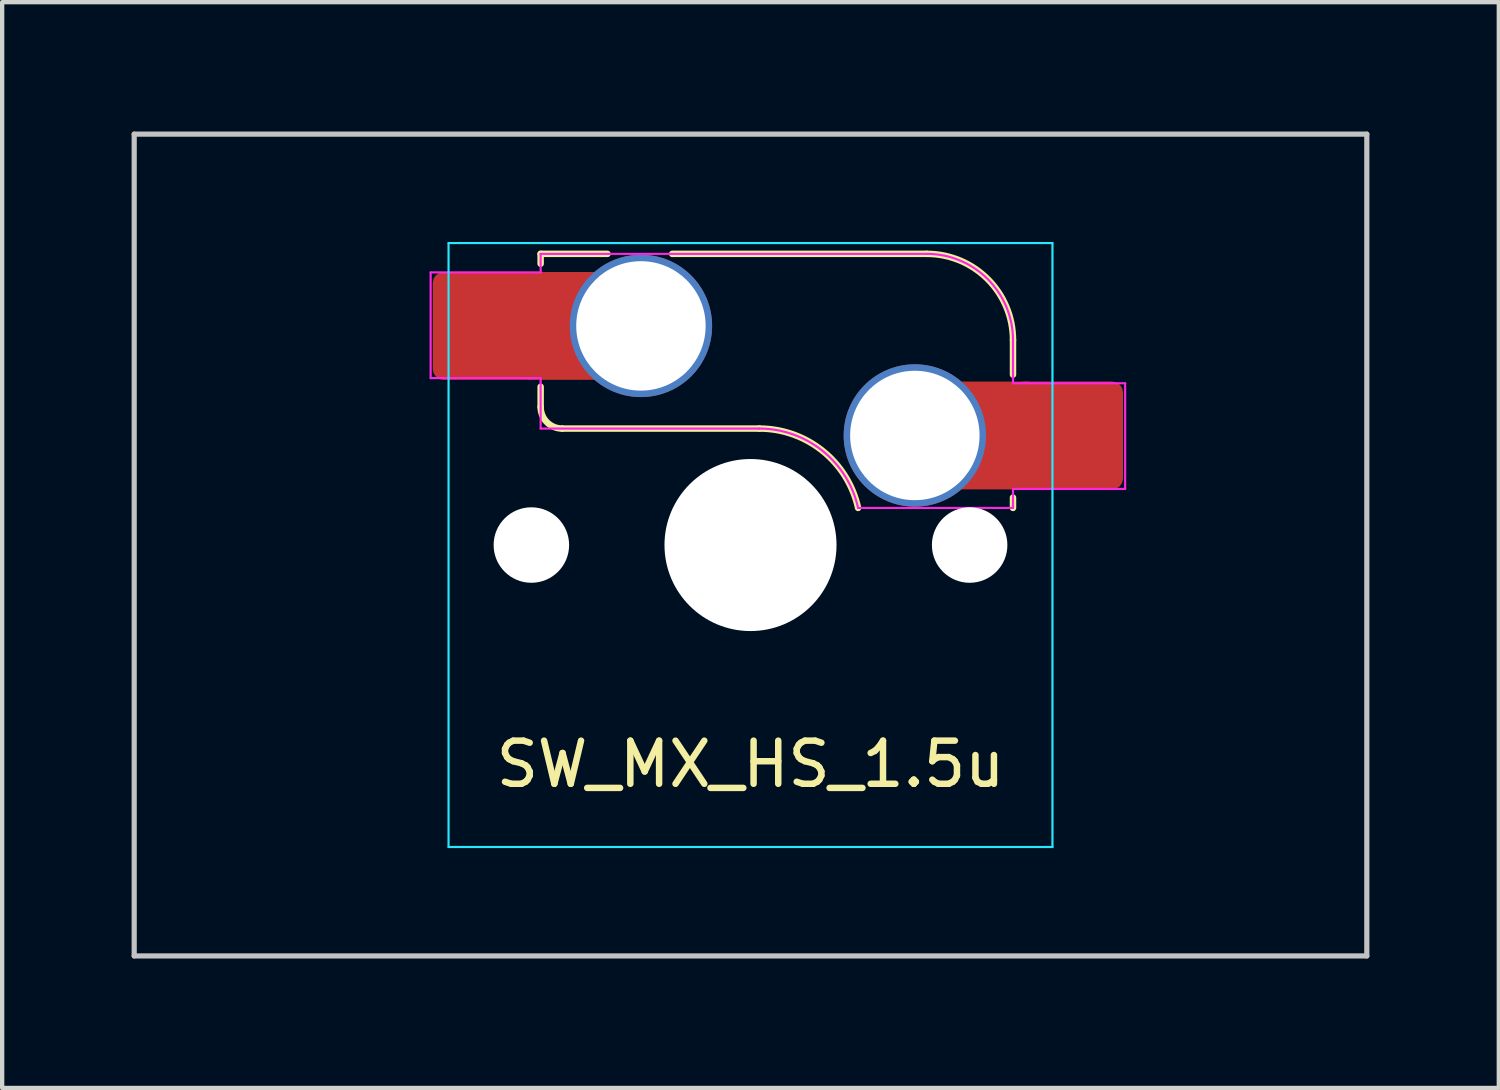
<source format=kicad_pcb>
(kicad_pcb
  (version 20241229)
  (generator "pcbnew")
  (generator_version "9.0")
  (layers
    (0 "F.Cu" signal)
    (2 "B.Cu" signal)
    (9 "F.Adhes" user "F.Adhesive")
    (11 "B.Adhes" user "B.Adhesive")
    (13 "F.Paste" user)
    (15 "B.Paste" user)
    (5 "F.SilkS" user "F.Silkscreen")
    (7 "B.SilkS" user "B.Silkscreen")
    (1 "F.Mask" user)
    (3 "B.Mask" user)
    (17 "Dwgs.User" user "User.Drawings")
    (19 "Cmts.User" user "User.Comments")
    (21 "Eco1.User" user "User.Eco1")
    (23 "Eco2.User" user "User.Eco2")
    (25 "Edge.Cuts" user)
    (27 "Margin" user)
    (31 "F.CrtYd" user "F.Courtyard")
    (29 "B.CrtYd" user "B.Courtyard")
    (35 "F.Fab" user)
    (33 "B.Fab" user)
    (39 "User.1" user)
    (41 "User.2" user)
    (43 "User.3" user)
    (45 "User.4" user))
  (footprint "SW_MX_HS_1.5u"
    (layer "F.Cu")
    (at 14.348 9.585)
    (property "Reference" "SW_MX_HS_1.5u" (at 0 5.08 0) (layer "F.SilkS") (effects (font (size 1 1) (thickness 0.15))))
    (attr smd)
    (fp_line (start -4.865 -6.75) (end -4.865 -6.52) (stroke (width 0.15) (type solid)) (layer "F.SilkS"))
    (fp_line (start -4.865 -3.67) (end -4.865 -3.2) (stroke (width 0.15) (type solid)) (layer "F.SilkS"))
    (fp_line (start -4.365 -2.7) (end 0.2 -2.7) (stroke (width 0.15) (type solid)) (layer "F.SilkS"))
    (fp_line (start -3.315 -6.75) (end -4.865 -6.75) (stroke (width 0.15) (type solid)) (layer "F.SilkS"))
    (fp_line (start 4.085 -6.75) (end -1.815 -6.75) (stroke (width 0.15) (type solid)) (layer "F.SilkS"))
    (fp_line (start 6.085 -3.95) (end 6.085 -4.75) (stroke (width 0.15) (type solid)) (layer "F.SilkS"))
    (fp_line (start 6.085 -1.1) (end 6.085 -0.86) (stroke (width 0.15) (type solid)) (layer "F.SilkS"))
    (fp_arc (start -4.364824 -2.70022) (mid -4.718377 -2.846667) (end -4.864824 -3.20022) (stroke (width 0.15) (type solid)) (layer "F.SilkS"))
    (fp_arc (start 0.2 -2.70022) (mid 1.670693 -2.183637) (end 2.494322 -0.86022) (stroke (width 0.15) (type solid)) (layer "F.SilkS"))
    (fp_arc (start 4.085176 -6.75022) (mid 5.49939 -6.164434) (end 6.085176 -4.75022) (stroke (width 0.15) (type solid)) (layer "F.SilkS"))
    (fp_line (start -14.287 -9.525) (end 14.287 -9.525) (stroke (width 0.12) (type solid)) (layer "Dwgs.User"))
    (fp_line (start -14.287 9.525) (end -14.287 -9.525) (stroke (width 0.12) (type solid)) (layer "Dwgs.User"))
    (fp_line (start 14.287 -9.525) (end 14.287 9.525) (stroke (width 0.12) (type solid)) (layer "Dwgs.User"))
    (fp_line (start 14.287 9.525) (end -14.287 9.525) (stroke (width 0.12) (type solid)) (layer "Dwgs.User"))
    (fp_line (start -7 -6.5) (end -7 6.5) (stroke (width 0.05) (type solid)) (layer "Eco2.User"))
    (fp_line (start -6.5 7) (end 6.5 7) (stroke (width 0.05) (type solid)) (layer "Eco2.User"))
    (fp_line (start 6.5 -7) (end -6.5 -7) (stroke (width 0.05) (type solid)) (layer "Eco2.User"))
    (fp_line (start 7 6.5) (end 7 -6.5) (stroke (width 0.05) (type solid)) (layer "Eco2.User"))
    (fp_arc (start -7 -6.5) (mid -6.853553 -6.853553) (end -6.5 -7) (stroke (width 0.05) (type solid)) (layer "Eco2.User"))
    (fp_arc (start -6.497236 6.998884) (mid -6.850789 6.852437) (end -6.997236 6.498884) (stroke (width 0.05) (type solid)) (layer "Eco2.User"))
    (fp_arc (start 6.5 -7) (mid 6.853553 -6.853553) (end 7 -6.5) (stroke (width 0.05) (type solid)) (layer "Eco2.User"))
    (fp_arc (start 7 6.5) (mid 6.853553 6.853553) (end 6.5 7) (stroke (width 0.05) (type solid)) (layer "Eco2.User"))
    (fp_line (start -7 -7) (end 7 -7) (stroke (width 0.05) (type solid)) (layer "B.CrtYd"))
    (fp_line (start -7 7) (end -7 -7) (stroke (width 0.05) (type solid)) (layer "B.CrtYd"))
    (fp_line (start 7 -7) (end 7 7) (stroke (width 0.05) (type solid)) (layer "B.CrtYd"))
    (fp_line (start 7 7) (end -7 7) (stroke (width 0.05) (type solid)) (layer "B.CrtYd"))
    (fp_line (start -7.415 -6.32) (end -4.865 -6.32) (stroke (width 0.05) (type solid)) (layer "F.CrtYd"))
    (fp_line (start -7.415 -3.87) (end -7.415 -6.32) (stroke (width 0.05) (type solid)) (layer "F.CrtYd"))
    (fp_line (start -4.865 -6.75) (end -4.865 -6.32) (stroke (width 0.05) (type solid)) (layer "F.CrtYd"))
    (fp_line (start -4.865 -3.87) (end -7.415 -3.87) (stroke (width 0.05) (type solid)) (layer "F.CrtYd"))
    (fp_line (start -4.865 -3.87) (end -4.865 -2.7) (stroke (width 0.05) (type solid)) (layer "F.CrtYd"))
    (fp_line (start -4.865 -2.7) (end 0.2 -2.7) (stroke (width 0.05) (type solid)) (layer "F.CrtYd"))
    (fp_line (start 4.085 -6.75) (end -4.865 -6.75) (stroke (width 0.05) (type solid)) (layer "F.CrtYd"))
    (fp_line (start 6.085 -3.75) (end 6.085 -4.75) (stroke (width 0.05) (type solid)) (layer "F.CrtYd"))
    (fp_line (start 6.085 -3.75) (end 8.685 -3.75) (stroke (width 0.05) (type solid)) (layer "F.CrtYd"))
    (fp_line (start 6.085 -1.3) (end 6.085 -0.86) (stroke (width 0.05) (type solid)) (layer "F.CrtYd"))
    (fp_line (start 6.085 -0.86) (end 2.494 -0.86) (stroke (width 0.05) (type solid)) (layer "F.CrtYd"))
    (fp_line (start 8.685 -3.75) (end 8.685 -1.3) (stroke (width 0.05) (type solid)) (layer "F.CrtYd"))
    (fp_line (start 8.685 -1.3) (end 6.085 -1.3) (stroke (width 0.05) (type solid)) (layer "F.CrtYd"))
    (fp_arc (start 0.2 -2.70022) (mid 1.670503 -2.183399) (end 2.494322 -0.86022) (stroke (width 0.05) (type solid)) (layer "F.CrtYd"))
    (fp_arc (start 4.085176 -6.75022) (mid 5.49939 -6.164434) (end 6.085176 -4.75022) (stroke (width 0.05) (type solid)) (layer "F.CrtYd"))
    (pad "" np_thru_hole circle (at -5.08 0) (size 1.75 1.75) (drill 1.75) (layers "*.Cu" "*.Mask"))
    (pad "" np_thru_hole circle (at 0 0) (size 3.988 3.988) (drill 3.988) (layers "*.Cu" "*.Mask"))
    (pad "" np_thru_hole circle (at 5.08 0) (size 1.75 1.75) (drill 1.75) (layers "*.Cu" "*.Mask"))
    (pad "1" thru_hole circle (at 3.81 -2.54) (size 3.3 3.3) (drill 3) (layers "*.Cu" "*.Mask"))
    (pad "1" smd rect (at 5.635 -2.54 180) (size 1.65 2.5) (layers "F.Cu"))
    (pad "1" smd roundrect (at 7.36 -2.54) (size 2.55 2.5) (layers "F.Cu" "F.Mask" "F.Paste") (roundrect_rratio 0.1))
    (pad "2" smd roundrect (at -6.09 -5.08) (size 2.55 2.5) (layers "F.Cu" "F.Mask" "F.Paste") (roundrect_rratio 0.1))
    (pad "2" smd rect (at -4.34 -5.08) (size 1.65 2.5) (layers "F.Cu"))
    (pad "2" thru_hole circle (at -2.54 -5.08) (size 3.3 3.3) (drill 3) (layers "*.Cu" "*.Mask")))
  (gr_rect
    (start -3 -3)
    (end 31.695 22.17)
    (stroke (width 0.1) (type default))
    (fill no)
    (layer "Edge.Cuts")))
</source>
